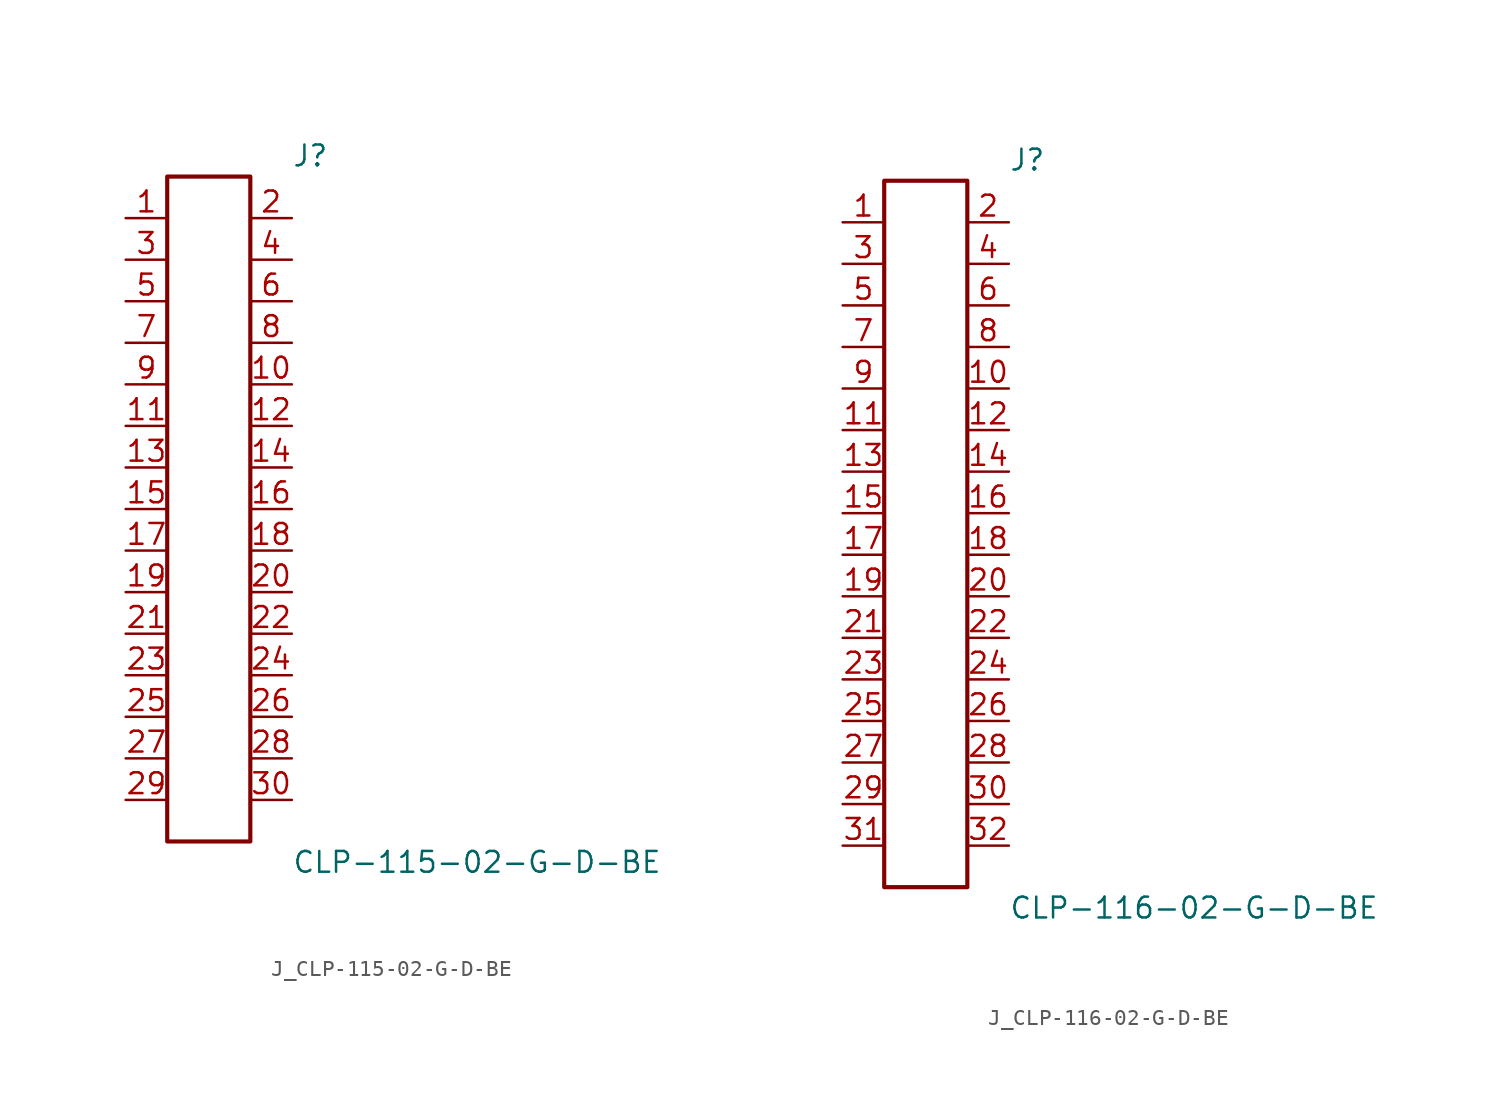
<source format=kicad_sym>
(kicad_symbol_lib
  (version 20231120)
  (generator kicad_symbol_editor)
  (generator_version 8.0)
  (symbol "J_CLP-115-02-G-D-BE"
    (pin_names
      (offset 0.254))
    (property "Reference" "J"
      (at 5.08 21.59 0)
      (effects (font (size 1.27 1.27)) (justify left)))
    (property "Value" "CLP-115-02-G-D-BE"
      (at 5.08 -21.59 0)
      (effects (font (size 1.27 1.27)) (justify left)))
    (symbol "J_CLP-115-02-G-D-BE_0_0"
      (pin passive line (at -5.08 17.78 0) (length 2.54) (name "" (effects (font (size 1.27 1.27)))) (number "1" (effects (font (size 1.27 1.27)))))
      (pin passive line (at 5.08 17.78 180) (length 2.54) (name "" (effects (font (size 1.27 1.27)))) (number "2" (effects (font (size 1.27 1.27)))))
      (pin passive line (at -5.08 15.24 0) (length 2.54) (name "" (effects (font (size 1.27 1.27)))) (number "3" (effects (font (size 1.27 1.27)))))
      (pin passive line (at 5.08 15.24 180) (length 2.54) (name "" (effects (font (size 1.27 1.27)))) (number "4" (effects (font (size 1.27 1.27)))))
      (pin passive line (at -5.08 12.7 0) (length 2.54) (name "" (effects (font (size 1.27 1.27)))) (number "5" (effects (font (size 1.27 1.27)))))
      (pin passive line (at 5.08 12.7 180) (length 2.54) (name "" (effects (font (size 1.27 1.27)))) (number "6" (effects (font (size 1.27 1.27)))))
      (pin passive line (at -5.08 10.16 0) (length 2.54) (name "" (effects (font (size 1.27 1.27)))) (number "7" (effects (font (size 1.27 1.27)))))
      (pin passive line (at 5.08 10.16 180) (length 2.54) (name "" (effects (font (size 1.27 1.27)))) (number "8" (effects (font (size 1.27 1.27)))))
      (pin passive line (at -5.08 7.62 0) (length 2.54) (name "" (effects (font (size 1.27 1.27)))) (number "9" (effects (font (size 1.27 1.27)))))
      (pin passive line (at 5.08 7.62 180) (length 2.54) (name "" (effects (font (size 1.27 1.27)))) (number "10" (effects (font (size 1.27 1.27)))))
      (pin passive line (at -5.08 5.08 0) (length 2.54) (name "" (effects (font (size 1.27 1.27)))) (number "11" (effects (font (size 1.27 1.27)))))
      (pin passive line (at 5.08 5.08 180) (length 2.54) (name "" (effects (font (size 1.27 1.27)))) (number "12" (effects (font (size 1.27 1.27)))))
      (pin passive line (at -5.08 2.54 0) (length 2.54) (name "" (effects (font (size 1.27 1.27)))) (number "13" (effects (font (size 1.27 1.27)))))
      (pin passive line (at 5.08 2.54 180) (length 2.54) (name "" (effects (font (size 1.27 1.27)))) (number "14" (effects (font (size 1.27 1.27)))))
      (pin passive line (at -5.08 0.0 0) (length 2.54) (name "" (effects (font (size 1.27 1.27)))) (number "15" (effects (font (size 1.27 1.27)))))
      (pin passive line (at 5.08 0.0 180) (length 2.54) (name "" (effects (font (size 1.27 1.27)))) (number "16" (effects (font (size 1.27 1.27)))))
      (pin passive line (at -5.08 -2.54 0) (length 2.54) (name "" (effects (font (size 1.27 1.27)))) (number "17" (effects (font (size 1.27 1.27)))))
      (pin passive line (at 5.08 -2.54 180) (length 2.54) (name "" (effects (font (size 1.27 1.27)))) (number "18" (effects (font (size 1.27 1.27)))))
      (pin passive line (at -5.08 -5.08 0) (length 2.54) (name "" (effects (font (size 1.27 1.27)))) (number "19" (effects (font (size 1.27 1.27)))))
      (pin passive line (at 5.08 -5.08 180) (length 2.54) (name "" (effects (font (size 1.27 1.27)))) (number "20" (effects (font (size 1.27 1.27)))))
      (pin passive line (at -5.08 -7.62 0) (length 2.54) (name "" (effects (font (size 1.27 1.27)))) (number "21" (effects (font (size 1.27 1.27)))))
      (pin passive line (at 5.08 -7.62 180) (length 2.54) (name "" (effects (font (size 1.27 1.27)))) (number "22" (effects (font (size 1.27 1.27)))))
      (pin passive line (at -5.08 -10.16 0) (length 2.54) (name "" (effects (font (size 1.27 1.27)))) (number "23" (effects (font (size 1.27 1.27)))))
      (pin passive line (at 5.08 -10.16 180) (length 2.54) (name "" (effects (font (size 1.27 1.27)))) (number "24" (effects (font (size 1.27 1.27)))))
      (pin passive line (at -5.08 -12.7 0) (length 2.54) (name "" (effects (font (size 1.27 1.27)))) (number "25" (effects (font (size 1.27 1.27)))))
      (pin passive line (at 5.08 -12.7 180) (length 2.54) (name "" (effects (font (size 1.27 1.27)))) (number "26" (effects (font (size 1.27 1.27)))))
      (pin passive line (at -5.08 -15.24 0) (length 2.54) (name "" (effects (font (size 1.27 1.27)))) (number "27" (effects (font (size 1.27 1.27)))))
      (pin passive line (at 5.08 -15.24 180) (length 2.54) (name "" (effects (font (size 1.27 1.27)))) (number "28" (effects (font (size 1.27 1.27)))))
      (pin passive line (at -5.08 -17.78 0) (length 2.54) (name "" (effects (font (size 1.27 1.27)))) (number "29" (effects (font (size 1.27 1.27)))))
      (pin passive line (at 5.08 -17.78 180) (length 2.54) (name "" (effects (font (size 1.27 1.27)))) (number "30" (effects (font (size 1.27 1.27))))))
    (symbol "J_CLP-115-02-G-D-BE_1_0"
      (rectangle (start -2.54 20.32) (end 2.54 -20.32) (stroke (width 0.254) (type solid)) (fill (type none)))))
  (symbol "J_CLP-116-02-G-D-BE"
    (pin_names
      (offset 0.254))
    (property "Reference" "J"
      (at 5.08 22.86 0)
      (effects (font (size 1.27 1.27)) (justify left)))
    (property "Value" "CLP-116-02-G-D-BE"
      (at 5.08 -22.86 0)
      (effects (font (size 1.27 1.27)) (justify left)))
    (symbol "J_CLP-116-02-G-D-BE_0_0"
      (pin passive line (at -5.08 19.05 0) (length 2.54) (name "" (effects (font (size 1.27 1.27)))) (number "1" (effects (font (size 1.27 1.27)))))
      (pin passive line (at 5.08 19.05 180) (length 2.54) (name "" (effects (font (size 1.27 1.27)))) (number "2" (effects (font (size 1.27 1.27)))))
      (pin passive line (at -5.08 16.51 0) (length 2.54) (name "" (effects (font (size 1.27 1.27)))) (number "3" (effects (font (size 1.27 1.27)))))
      (pin passive line (at 5.08 16.51 180) (length 2.54) (name "" (effects (font (size 1.27 1.27)))) (number "4" (effects (font (size 1.27 1.27)))))
      (pin passive line (at -5.08 13.97 0) (length 2.54) (name "" (effects (font (size 1.27 1.27)))) (number "5" (effects (font (size 1.27 1.27)))))
      (pin passive line (at 5.08 13.97 180) (length 2.54) (name "" (effects (font (size 1.27 1.27)))) (number "6" (effects (font (size 1.27 1.27)))))
      (pin passive line (at -5.08 11.43 0) (length 2.54) (name "" (effects (font (size 1.27 1.27)))) (number "7" (effects (font (size 1.27 1.27)))))
      (pin passive line (at 5.08 11.43 180) (length 2.54) (name "" (effects (font (size 1.27 1.27)))) (number "8" (effects (font (size 1.27 1.27)))))
      (pin passive line (at -5.08 8.89 0) (length 2.54) (name "" (effects (font (size 1.27 1.27)))) (number "9" (effects (font (size 1.27 1.27)))))
      (pin passive line (at 5.08 8.89 180) (length 2.54) (name "" (effects (font (size 1.27 1.27)))) (number "10" (effects (font (size 1.27 1.27)))))
      (pin passive line (at -5.08 6.35 0) (length 2.54) (name "" (effects (font (size 1.27 1.27)))) (number "11" (effects (font (size 1.27 1.27)))))
      (pin passive line (at 5.08 6.35 180) (length 2.54) (name "" (effects (font (size 1.27 1.27)))) (number "12" (effects (font (size 1.27 1.27)))))
      (pin passive line (at -5.08 3.81 0) (length 2.54) (name "" (effects (font (size 1.27 1.27)))) (number "13" (effects (font (size 1.27 1.27)))))
      (pin passive line (at 5.08 3.81 180) (length 2.54) (name "" (effects (font (size 1.27 1.27)))) (number "14" (effects (font (size 1.27 1.27)))))
      (pin passive line (at -5.08 1.27 0) (length 2.54) (name "" (effects (font (size 1.27 1.27)))) (number "15" (effects (font (size 1.27 1.27)))))
      (pin passive line (at 5.08 1.27 180) (length 2.54) (name "" (effects (font (size 1.27 1.27)))) (number "16" (effects (font (size 1.27 1.27)))))
      (pin passive line (at -5.08 -1.27 0) (length 2.54) (name "" (effects (font (size 1.27 1.27)))) (number "17" (effects (font (size 1.27 1.27)))))
      (pin passive line (at 5.08 -1.27 180) (length 2.54) (name "" (effects (font (size 1.27 1.27)))) (number "18" (effects (font (size 1.27 1.27)))))
      (pin passive line (at -5.08 -3.81 0) (length 2.54) (name "" (effects (font (size 1.27 1.27)))) (number "19" (effects (font (size 1.27 1.27)))))
      (pin passive line (at 5.08 -3.81 180) (length 2.54) (name "" (effects (font (size 1.27 1.27)))) (number "20" (effects (font (size 1.27 1.27)))))
      (pin passive line (at -5.08 -6.35 0) (length 2.54) (name "" (effects (font (size 1.27 1.27)))) (number "21" (effects (font (size 1.27 1.27)))))
      (pin passive line (at 5.08 -6.35 180) (length 2.54) (name "" (effects (font (size 1.27 1.27)))) (number "22" (effects (font (size 1.27 1.27)))))
      (pin passive line (at -5.08 -8.89 0) (length 2.54) (name "" (effects (font (size 1.27 1.27)))) (number "23" (effects (font (size 1.27 1.27)))))
      (pin passive line (at 5.08 -8.89 180) (length 2.54) (name "" (effects (font (size 1.27 1.27)))) (number "24" (effects (font (size 1.27 1.27)))))
      (pin passive line (at -5.08 -11.43 0) (length 2.54) (name "" (effects (font (size 1.27 1.27)))) (number "25" (effects (font (size 1.27 1.27)))))
      (pin passive line (at 5.08 -11.43 180) (length 2.54) (name "" (effects (font (size 1.27 1.27)))) (number "26" (effects (font (size 1.27 1.27)))))
      (pin passive line (at -5.08 -13.97 0) (length 2.54) (name "" (effects (font (size 1.27 1.27)))) (number "27" (effects (font (size 1.27 1.27)))))
      (pin passive line (at 5.08 -13.97 180) (length 2.54) (name "" (effects (font (size 1.27 1.27)))) (number "28" (effects (font (size 1.27 1.27)))))
      (pin passive line (at -5.08 -16.51 0) (length 2.54) (name "" (effects (font (size 1.27 1.27)))) (number "29" (effects (font (size 1.27 1.27)))))
      (pin passive line (at 5.08 -16.51 180) (length 2.54) (name "" (effects (font (size 1.27 1.27)))) (number "30" (effects (font (size 1.27 1.27)))))
      (pin passive line (at -5.08 -19.05 0) (length 2.54) (name "" (effects (font (size 1.27 1.27)))) (number "31" (effects (font (size 1.27 1.27)))))
      (pin passive line (at 5.08 -19.05 180) (length 2.54) (name "" (effects (font (size 1.27 1.27)))) (number "32" (effects (font (size 1.27 1.27))))))
    (symbol "J_CLP-116-02-G-D-BE_1_0"
      (rectangle (start -2.54 21.59) (end 2.54 -21.59) (stroke (width 0.254) (type solid)) (fill (type none))))))
</source>
